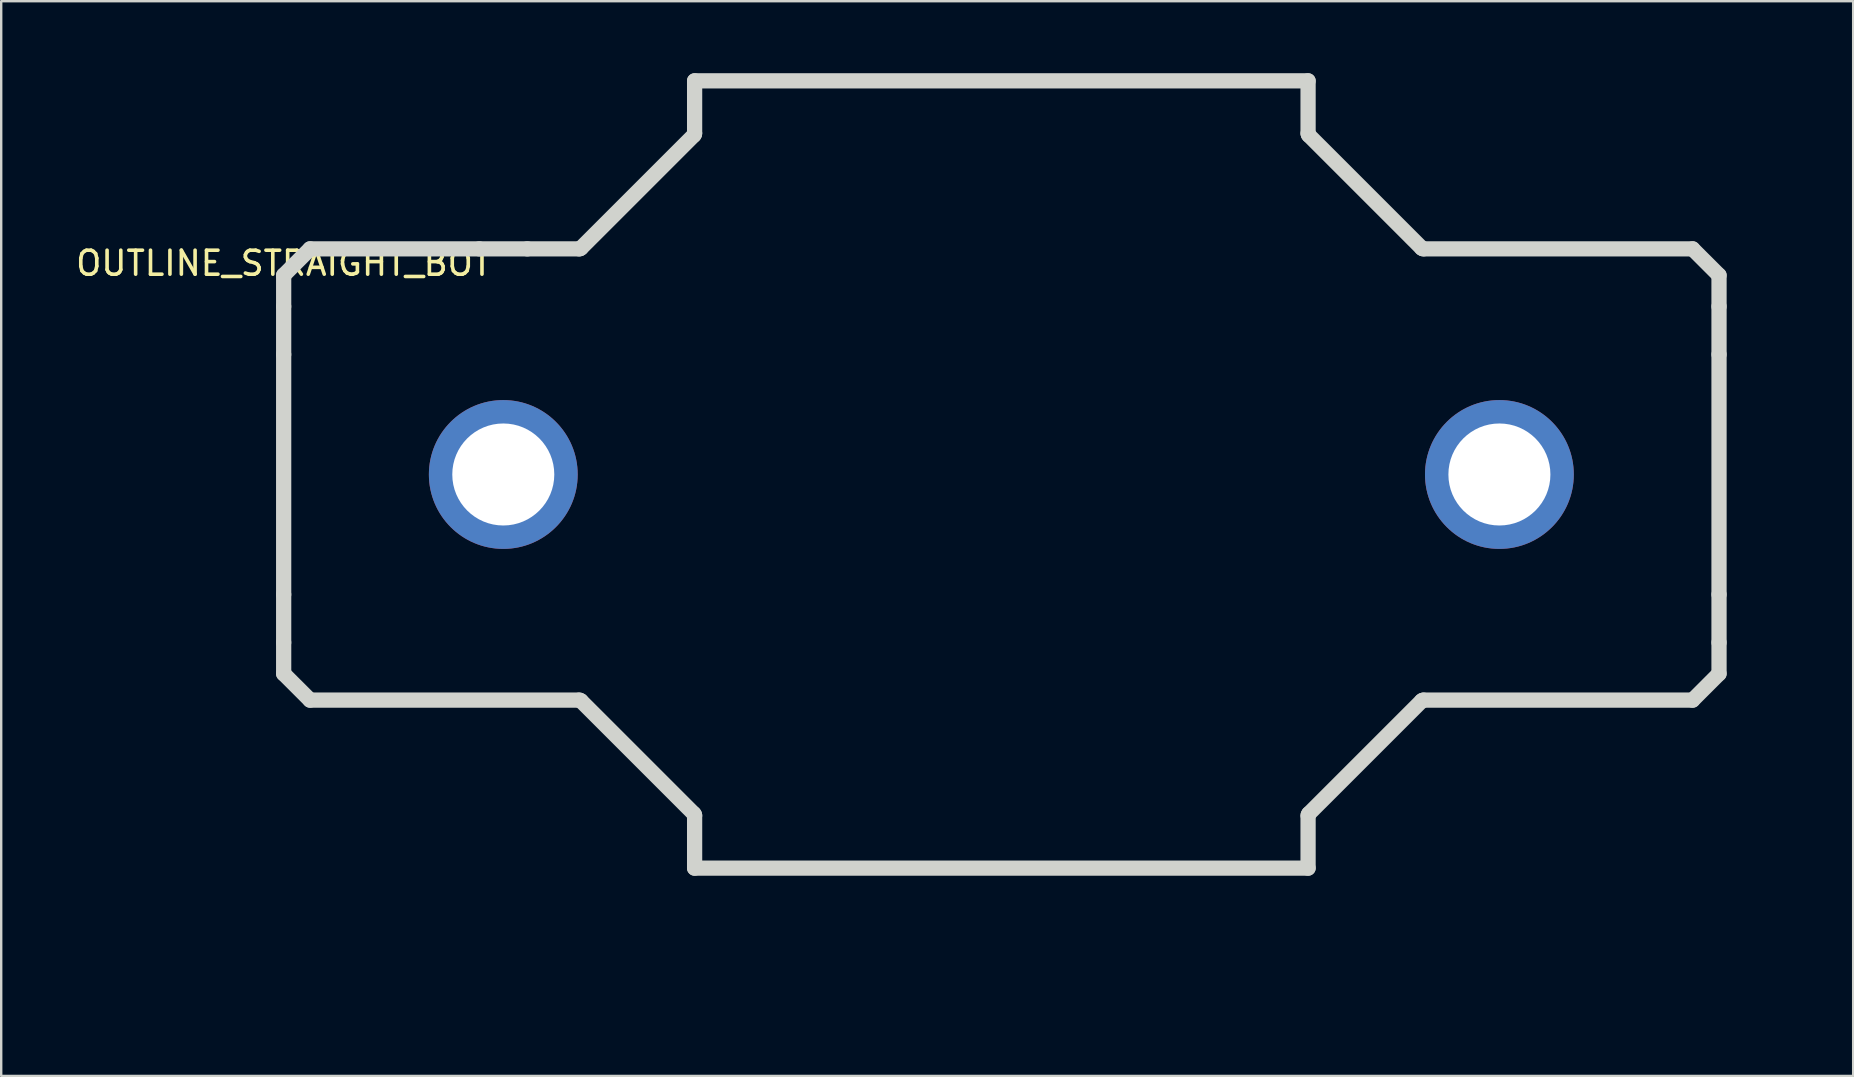
<source format=kicad_pcb>
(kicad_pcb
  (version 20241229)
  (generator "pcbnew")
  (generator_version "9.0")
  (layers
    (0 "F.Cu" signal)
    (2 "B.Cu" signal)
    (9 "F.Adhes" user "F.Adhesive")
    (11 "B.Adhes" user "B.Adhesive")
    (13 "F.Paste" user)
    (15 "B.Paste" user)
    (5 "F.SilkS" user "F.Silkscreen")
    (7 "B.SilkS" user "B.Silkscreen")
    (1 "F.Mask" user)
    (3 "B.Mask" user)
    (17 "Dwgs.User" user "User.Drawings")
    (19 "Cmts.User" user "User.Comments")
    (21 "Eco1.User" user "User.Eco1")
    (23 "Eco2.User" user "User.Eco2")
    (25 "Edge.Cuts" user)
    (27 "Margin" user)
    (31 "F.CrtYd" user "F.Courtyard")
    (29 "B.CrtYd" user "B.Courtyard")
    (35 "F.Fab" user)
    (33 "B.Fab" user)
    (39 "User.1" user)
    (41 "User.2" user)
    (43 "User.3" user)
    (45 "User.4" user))
  (footprint "OUTLINE_STRAIGHT_BOT"
    (layer "F.Cu")
    (at 8.768 8.418)
    (property "Reference" "OUTLINE_STRAIGHT_BOT" (at 0 -0.5 0) (unlocked yes) (layer "F.SilkS") (effects (font (size 1 1) (thickness 0.15))))
    (attr smd board_only exclude_from_pos_files exclude_from_bom allow_missing_courtyard)
    (fp_arc (start 7.003187 6.677731) (mid 10 5.8) (end 11.81077 8.344095) (stroke (width 1) (type default)) (layer "F.Paste"))
    (fp_arc (start 11.265001 9.966365) (mid 8.268188 10.844096) (end 6.457418 8.300001) (stroke (width 1) (type default)) (layer "F.Paste"))
    (fp_arc (start 48.503187 6.677731) (mid 51.5 5.8) (end 53.31077 8.344095) (stroke (width 1) (type default)) (layer "F.Paste"))
    (fp_arc (start 52.765001 9.966365) (mid 49.768188 10.844096) (end 47.957418 8.300001) (stroke (width 1) (type default)) (layer "F.Paste"))
    (fp_line (start 0 0) (end 0 1.3) (stroke (width 0.635) (type solid)) (layer "Edge.Cuts"))
    (fp_line (start 0 1.3) (end 0 3.3) (stroke (width 0.635) (type solid)) (layer "Edge.Cuts"))
    (fp_line (start 0 3.3) (end 0 13.3) (stroke (width 0.635) (type solid)) (layer "Edge.Cuts"))
    (fp_line (start 0 13.3) (end 0 15.3) (stroke (width 0.635) (type solid)) (layer "Edge.Cuts"))
    (fp_line (start 0 15.3) (end 0 16.6) (stroke (width 0.635) (type solid)) (layer "Edge.Cuts"))
    (fp_line (start 0 16.6) (end 1.1 17.7) (stroke (width 0.635) (type solid)) (layer "Edge.Cuts"))
    (fp_line (start 1.1 -1.1) (end 0 0) (stroke (width 0.635) (type solid)) (layer "Edge.Cuts"))
    (fp_line (start 1.1 17.7) (end 12.314 17.7) (stroke (width 0.635) (type solid)) (layer "Edge.Cuts"))
    (fp_line (start 8.15 -1.1) (end 1.1 -1.1) (stroke (width 0.635) (type solid)) (layer "Edge.Cuts"))
    (fp_line (start 10.15 -1.1) (end 8.15 -1.1) (stroke (width 0.635) (type solid)) (layer "Edge.Cuts"))
    (fp_line (start 12.314 -1.1) (end 10.15 -1.1) (stroke (width 0.635) (type solid)) (layer "Edge.Cuts"))
    (fp_line (start 12.385 17.729) (end 17.092 22.436) (stroke (width 0.635) (type solid)) (layer "Edge.Cuts"))
    (fp_line (start 17.092 -5.836) (end 12.385 -1.129) (stroke (width 0.635) (type solid)) (layer "Edge.Cuts"))
    (fp_line (start 17.121 -8.1) (end 17.121 -5.907) (stroke (width 0.635) (type solid)) (layer "Edge.Cuts"))
    (fp_line (start 17.121 22.507) (end 17.121 24.7) (stroke (width 0.635) (type solid)) (layer "Edge.Cuts"))
    (fp_line (start 17.121 24.7) (end 42.679 24.7) (stroke (width 0.635) (type solid)) (layer "Edge.Cuts"))
    (fp_line (start 42.679 -8.1) (end 17.121 -8.1) (stroke (width 0.635) (type solid)) (layer "Edge.Cuts"))
    (fp_line (start 42.679 -5.907) (end 42.679 -8.1) (stroke (width 0.635) (type solid)) (layer "Edge.Cuts"))
    (fp_line (start 42.679 24.7) (end 42.679 22.507) (stroke (width 0.635) (type solid)) (layer "Edge.Cuts"))
    (fp_line (start 42.708 22.436) (end 47.415 17.729) (stroke (width 0.635) (type solid)) (layer "Edge.Cuts"))
    (fp_line (start 47.415 -1.129) (end 42.708 -5.836) (stroke (width 0.635) (type solid)) (layer "Edge.Cuts"))
    (fp_line (start 47.486 17.7) (end 58.7 17.7) (stroke (width 0.635) (type solid)) (layer "Edge.Cuts"))
    (fp_line (start 58.7 -1.1) (end 47.486 -1.1) (stroke (width 0.635) (type solid)) (layer "Edge.Cuts"))
    (fp_line (start 58.7 17.7) (end 59.8 16.6) (stroke (width 0.635) (type solid)) (layer "Edge.Cuts"))
    (fp_line (start 59.8 0) (end 58.7 -1.1) (stroke (width 0.635) (type solid)) (layer "Edge.Cuts"))
    (fp_line (start 59.8 1.3) (end 59.8 0) (stroke (width 0.635) (type solid)) (layer "Edge.Cuts"))
    (fp_line (start 59.8 3.3) (end 59.8 1.3) (stroke (width 0.635) (type solid)) (layer "Edge.Cuts"))
    (fp_line (start 59.8 13.3) (end 59.8 3.3) (stroke (width 0.635) (type solid)) (layer "Edge.Cuts"))
    (fp_line (start 59.8 15.3) (end 59.8 13.3) (stroke (width 0.635) (type solid)) (layer "Edge.Cuts"))
    (fp_line (start 59.8 16.6) (end 59.8 15.3) (stroke (width 0.635) (type solid)) (layer "Edge.Cuts"))
    (fp_arc (start 12.314213 17.7) (mid 12.352478 17.707619) (end 12.384924 17.72929) (stroke (width 0.635) (type solid)) (layer "Edge.Cuts"))
    (fp_arc (start 12.384924 -1.129289) (mid 12.352485 -1.107594) (end 12.314213 -1.1) (stroke (width 0.635) (type solid)) (layer "Edge.Cuts"))
    (fp_arc (start 17.092031 22.436396) (mid 17.113711 22.468839) (end 17.12132 22.507107) (stroke (width 0.635) (type solid)) (layer "Edge.Cuts"))
    (fp_arc (start 17.12132 -5.907107) (mid 17.113725 -5.868827) (end 17.092031 -5.836396) (stroke (width 0.635) (type solid)) (layer "Edge.Cuts"))
    (fp_arc (start 42.67868 22.507107) (mid 42.686302 22.468845) (end 42.707969 22.436396) (stroke (width 0.635) (type solid)) (layer "Edge.Cuts"))
    (fp_arc (start 42.707969 -5.836396) (mid 42.686308 -5.868841) (end 42.67868 -5.907107) (stroke (width 0.635) (type solid)) (layer "Edge.Cuts"))
    (fp_arc (start 47.415076 17.72929) (mid 47.44752 17.707622) (end 47.485786 17.7) (stroke (width 0.635) (type solid)) (layer "Edge.Cuts"))
    (fp_arc (start 47.485786 -1.1) (mid 47.44752 -1.107614) (end 47.415076 -1.129289) (stroke (width 0.635) (type solid)) (layer "Edge.Cuts"))
    (fp_line (start 0 0) (end 1.1 -1.1) (stroke (width 0.635) (type solid)) (layer "User.6"))
    (fp_line (start 0 1.3) (end 0 0) (stroke (width 0.635) (type solid)) (layer "User.6"))
    (fp_line (start 0 1.3) (end 4.9 1.3) (stroke (width 0.635) (type solid)) (layer "User.6"))
    (fp_line (start 0 15.3) (end 0 1.3) (stroke (width 0.635) (type solid)) (layer "User.6"))
    (fp_line (start 0 15.3) (end 4.9 15.3) (stroke (width 0.635) (type solid)) (layer "User.6"))
    (fp_line (start 0 16.6) (end 0 15.3) (stroke (width 0.635) (type solid)) (layer "User.6"))
    (fp_line (start 1.1 -1.1) (end 12.314 -1.1) (stroke (width 0.635) (type solid)) (layer "User.6"))
    (fp_line (start 1.1 17.7) (end 0 16.6) (stroke (width 0.635) (type solid)) (layer "User.6"))
    (fp_line (start 4.9 1.3) (end 4.9 15.3) (stroke (width 0.635) (type solid)) (layer "User.6"))
    (fp_line (start 8.007 8.3) (end 10.293 8.3) (stroke (width 0.635) (type solid)) (layer "User.6"))
    (fp_line (start 9.15 9.443) (end 9.15 7.157) (stroke (width 0.635) (type solid)) (layer "User.6"))
    (fp_line (start 12.314 17.7) (end 1.1 17.7) (stroke (width 0.635) (type solid)) (layer "User.6"))
    (fp_line (start 12.385 -1.129) (end 17.092 -5.836) (stroke (width 0.635) (type solid)) (layer "User.6"))
    (fp_line (start 17.092 22.436) (end 12.385 17.729) (stroke (width 0.635) (type solid)) (layer "User.6"))
    (fp_line (start 17.121 -8.1) (end 42.679 -8.1) (stroke (width 0.635) (type solid)) (layer "User.6"))
    (fp_line (start 17.121 -5.907) (end 17.121 -8.1) (stroke (width 0.635) (type solid)) (layer "User.6"))
    (fp_line (start 17.121 24.7) (end 17.121 22.507) (stroke (width 0.635) (type solid)) (layer "User.6"))
    (fp_line (start 29.328 8.3) (end 30.471 8.3) (stroke (width 0.635) (type solid)) (layer "User.6"))
    (fp_line (start 29.9 8.871) (end 29.9 7.729) (stroke (width 0.635) (type solid)) (layer "User.6"))
    (fp_line (start 42.679 -8.1) (end 42.679 -5.907) (stroke (width 0.635) (type solid)) (layer "User.6"))
    (fp_line (start 42.679 22.507) (end 42.679 24.7) (stroke (width 0.635) (type solid)) (layer "User.6"))
    (fp_line (start 42.679 24.7) (end 17.121 24.7) (stroke (width 0.635) (type solid)) (layer "User.6"))
    (fp_line (start 42.708 -5.836) (end 47.415 -1.129) (stroke (width 0.635) (type solid)) (layer "User.6"))
    (fp_line (start 47.415 17.729) (end 42.708 22.436) (stroke (width 0.635) (type solid)) (layer "User.6"))
    (fp_line (start 47.486 -1.1) (end 58.7 -1.1) (stroke (width 0.635) (type solid)) (layer "User.6"))
    (fp_line (start 50.078 8.3) (end 51.221 8.3) (stroke (width 0.635) (type solid)) (layer "User.6"))
    (fp_line (start 50.65 8.871) (end 50.65 7.729) (stroke (width 0.635) (type solid)) (layer "User.6"))
    (fp_line (start 54.9 15.3) (end 54.9 1.3) (stroke (width 0.635) (type solid)) (layer "User.6"))
    (fp_line (start 58.7 -1.1) (end 59.8 0) (stroke (width 0.635) (type solid)) (layer "User.6"))
    (fp_line (start 58.7 17.7) (end 47.486 17.7) (stroke (width 0.635) (type solid)) (layer "User.6"))
    (fp_line (start 59.8 0) (end 59.8 1.3) (stroke (width 0.635) (type solid)) (layer "User.6"))
    (fp_line (start 59.8 1.3) (end 54.9 1.3) (stroke (width 0.635) (type solid)) (layer "User.6"))
    (fp_line (start 59.8 1.3) (end 59.8 15.3) (stroke (width 0.635) (type solid)) (layer "User.6"))
    (fp_line (start 59.8 15.3) (end 54.9 15.3) (stroke (width 0.635) (type solid)) (layer "User.6"))
    (fp_line (start 59.8 15.3) (end 59.8 16.6) (stroke (width 0.635) (type solid)) (layer "User.6"))
    (fp_line (start 59.8 16.6) (end 58.7 17.7) (stroke (width 0.635) (type solid)) (layer "User.6"))
    (fp_arc (start 12.314213 17.7) (mid 12.352479 17.707617) (end 12.384924 17.72929) (stroke (width 0.635) (type solid)) (layer "User.6"))
    (fp_arc (start 12.384924 -1.129289) (mid 12.352483 -1.107606) (end 12.314213 -1.1) (stroke (width 0.635) (type solid)) (layer "User.6"))
    (fp_arc (start 17.092031 22.436396) (mid 17.113702 22.46884) (end 17.12132 22.507107) (stroke (width 0.635) (type solid)) (layer "User.6"))
    (fp_arc (start 17.12132 -5.907107) (mid 17.113713 -5.868835) (end 17.092031 -5.836396) (stroke (width 0.635) (type solid)) (layer "User.6"))
    (fp_arc (start 42.678679 22.507107) (mid 42.686289 22.468836) (end 42.707969 22.436396) (stroke (width 0.635) (type solid)) (layer "User.6"))
    (fp_arc (start 42.707969 -5.836396) (mid 42.686299 -5.86884) (end 42.678679 -5.907107) (stroke (width 0.635) (type solid)) (layer "User.6"))
    (fp_arc (start 47.415076 17.72929) (mid 47.447517 17.70761) (end 47.485786 17.7) (stroke (width 0.635) (type solid)) (layer "User.6"))
    (fp_arc (start 47.485786 -1.1) (mid 47.447521 -1.107616) (end 47.415076 -1.129289) (stroke (width 0.635) (type solid)) (layer "User.6"))
    (fp_circle (center 9.15 8.3) (end 11.275 8.3) (stroke (width 0.635) (type solid)) (fill no) (layer "User.6"))
    (fp_circle (center 9.15 8.3) (end 12.25 8.3) (stroke (width 0.635) (type solid)) (fill no) (layer "User.6"))
    (fp_circle (center 29.9 8.3) (end 30.15 8.3) (stroke (width 0.635) (type solid)) (fill no) (layer "User.6"))
    (fp_circle (center 50.65 8.3) (end 52.775 8.3) (stroke (width 0.635) (type solid)) (fill no) (layer "User.6"))
    (fp_circle (center 50.65 8.3) (end 53.75 8.3) (stroke (width 0.635) (type solid)) (fill no) (layer "User.6"))
    (fp_line (start -2.3 8.3) (end 7.172 8.3) (stroke (width 0.635) (type solid)) (layer "User.9"))
    (fp_line (start -0.014 0) (end 1.086 -1.1) (stroke (width 0.635) (type solid)) (layer "User.9"))
    (fp_line (start -0.014 1.3) (end -0.014 0) (stroke (width 0.635) (type solid)) (layer "User.9"))
    (fp_line (start -0.014 1.3) (end 4.886 1.3) (stroke (width 0.635) (type solid)) (layer "User.9"))
    (fp_line (start -0.014 15.3) (end -0.014 1.3) (stroke (width 0.635) (type solid)) (layer "User.9"))
    (fp_line (start -0.014 15.3) (end 4.886 15.3) (stroke (width 0.635) (type solid)) (layer "User.9"))
    (fp_line (start -0.014 16.6) (end -0.014 15.3) (stroke (width 0.635) (type solid)) (layer "User.9"))
    (fp_line (start 1.086 -1.1) (end 12.3 -1.1) (stroke (width 0.635) (type solid)) (layer "User.9"))
    (fp_line (start 1.086 17.7) (end -0.014 16.6) (stroke (width 0.635) (type solid)) (layer "User.9"))
    (fp_line (start 4.886 1.3) (end 4.886 15.3) (stroke (width 0.635) (type solid)) (layer "User.9"))
    (fp_line (start 7.993 8.3) (end 10.279 8.3) (stroke (width 0.635) (type solid)) (layer "User.9"))
    (fp_line (start 9.136 9.443) (end 9.136 7.157) (stroke (width 0.635) (type solid)) (layer "User.9"))
    (fp_line (start 12.3 17.7) (end 1.086 17.7) (stroke (width 0.635) (type solid)) (layer "User.9"))
    (fp_line (start 12.371 -1.129) (end 17.078 -5.836) (stroke (width 0.635) (type solid)) (layer "User.9"))
    (fp_line (start 17.078 22.436) (end 12.371 17.729) (stroke (width 0.635) (type solid)) (layer "User.9"))
    (fp_line (start 17.107 -8.1) (end 42.665 -8.1) (stroke (width 0.635) (type solid)) (layer "User.9"))
    (fp_line (start 17.107 -5.907) (end 17.107 -8.1) (stroke (width 0.635) (type solid)) (layer "User.9"))
    (fp_line (start 17.107 24.7) (end 17.107 22.507) (stroke (width 0.635) (type solid)) (layer "User.9"))
    (fp_line (start 29.314 8.3) (end 30.457 8.3) (stroke (width 0.635) (type solid)) (layer "User.9"))
    (fp_line (start 29.886 8.871) (end 29.886 7.729) (stroke (width 0.635) (type solid)) (layer "User.9"))
    (fp_line (start 42.665 -8.1) (end 42.665 -5.907) (stroke (width 0.635) (type solid)) (layer "User.9"))
    (fp_line (start 42.665 22.507) (end 42.665 24.7) (stroke (width 0.635) (type solid)) (layer "User.9"))
    (fp_line (start 42.665 24.7) (end 17.107 24.7) (stroke (width 0.635) (type solid)) (layer "User.9"))
    (fp_line (start 42.694 -5.836) (end 47.401 -1.129) (stroke (width 0.635) (type solid)) (layer "User.9"))
    (fp_line (start 47.401 17.729) (end 42.694 22.436) (stroke (width 0.635) (type solid)) (layer "User.9"))
    (fp_line (start 47.472 -1.1) (end 58.686 -1.1) (stroke (width 0.635) (type solid)) (layer "User.9"))
    (fp_line (start 50.064 8.3) (end 51.207 8.3) (stroke (width 0.635) (type solid)) (layer "User.9"))
    (fp_line (start 50.636 8.871) (end 50.636 7.729) (stroke (width 0.635) (type solid)) (layer "User.9"))
    (fp_line (start 52.6 8.3) (end 62.072 8.3) (stroke (width 0.635) (type solid)) (layer "User.9"))
    (fp_line (start 54.886 15.3) (end 54.886 1.3) (stroke (width 0.635) (type solid)) (layer "User.9"))
    (fp_line (start 58.686 -1.1) (end 59.786 0) (stroke (width 0.635) (type solid)) (layer "User.9"))
    (fp_line (start 58.686 17.7) (end 47.472 17.7) (stroke (width 0.635) (type solid)) (layer "User.9"))
    (fp_line (start 59.786 0) (end 59.786 1.3) (stroke (width 0.635) (type solid)) (layer "User.9"))
    (fp_line (start 59.786 1.3) (end 54.886 1.3) (stroke (width 0.635) (type solid)) (layer "User.9"))
    (fp_line (start 59.786 1.3) (end 59.786 15.3) (stroke (width 0.635) (type solid)) (layer "User.9"))
    (fp_line (start 59.786 15.3) (end 54.886 15.3) (stroke (width 0.635) (type solid)) (layer "User.9"))
    (fp_line (start 59.786 15.3) (end 59.786 16.6) (stroke (width 0.635) (type solid)) (layer "User.9"))
    (fp_line (start 59.786 16.6) (end 58.686 17.7) (stroke (width 0.635) (type solid)) (layer "User.9"))
    (fp_arc (start 12.300208 17.7) (mid 12.338474 17.707617) (end 12.370919 17.72929) (stroke (width 0.635) (type solid)) (layer "User.9"))
    (fp_arc (start 12.370919 -1.129289) (mid 12.338478 -1.107606) (end 12.300208 -1.1) (stroke (width 0.635) (type solid)) (layer "User.9"))
    (fp_arc (start 17.078026 22.436396) (mid 17.099697 22.46884) (end 17.107315 22.507107) (stroke (width 0.635) (type solid)) (layer "User.9"))
    (fp_arc (start 17.107315 -5.907107) (mid 17.099708 -5.868835) (end 17.078026 -5.836396) (stroke (width 0.635) (type solid)) (layer "User.9"))
    (fp_arc (start 42.664674 22.507107) (mid 42.672284 22.468836) (end 42.693964 22.436396) (stroke (width 0.635) (type solid)) (layer "User.9"))
    (fp_arc (start 42.693964 -5.836396) (mid 42.672294 -5.86884) (end 42.664674 -5.907107) (stroke (width 0.635) (type solid)) (layer "User.9"))
    (fp_arc (start 47.401071 17.72929) (mid 47.433512 17.70761) (end 47.471781 17.7) (stroke (width 0.635) (type solid)) (layer "User.9"))
    (fp_arc (start 47.471781 -1.1) (mid 47.433516 -1.107616) (end 47.401071 -1.129289) (stroke (width 0.635) (type solid)) (layer "User.9"))
    (fp_circle (center 9.136 8.3) (end 11.261 8.3) (stroke (width 0.635) (type solid)) (fill no) (layer "User.9"))
    (fp_circle (center 9.136 8.3) (end 12.236 8.3) (stroke (width 0.635) (type solid)) (fill no) (layer "User.9"))
    (fp_circle (center 29.886 8.3) (end 30.136 8.3) (stroke (width 0.635) (type solid)) (fill no) (layer "User.9"))
    (fp_circle (center 50.636 8.3) (end 52.761 8.3) (stroke (width 0.635) (type solid)) (fill no) (layer "User.9"))
    (fp_circle (center 50.636 8.3) (end 53.736 8.3) (stroke (width 0.635) (type solid)) (fill no) (layer "User.9"))
    (fp_text user "" (at 29.9 29.214 0) (layer "User.6") (effects (font (size 3.048 2.743) (thickness 0.381)) (justify top)))
    (fp_text user "" (at 29.886 29.214 0) (layer "User.9") (effects (font (size 3.048 2.743) (thickness 0.381)) (justify top)))
    (pad "~" thru_hole circle (at 9.15 8.3) (size 6.2 6.2) (drill 4.25) (layers "*.Cu" "*.Mask"))
    (pad "~" thru_hole circle (at 50.65 8.3) (size 6.2 6.2) (drill 4.25) (layers "*.Cu" "*.Mask")))
  (gr_rect
    (start -3 -3)
    (end 74.157 41.775)
    (stroke (width 0.1) (type default))
    (fill no)
    (layer "Edge.Cuts")))
</source>
